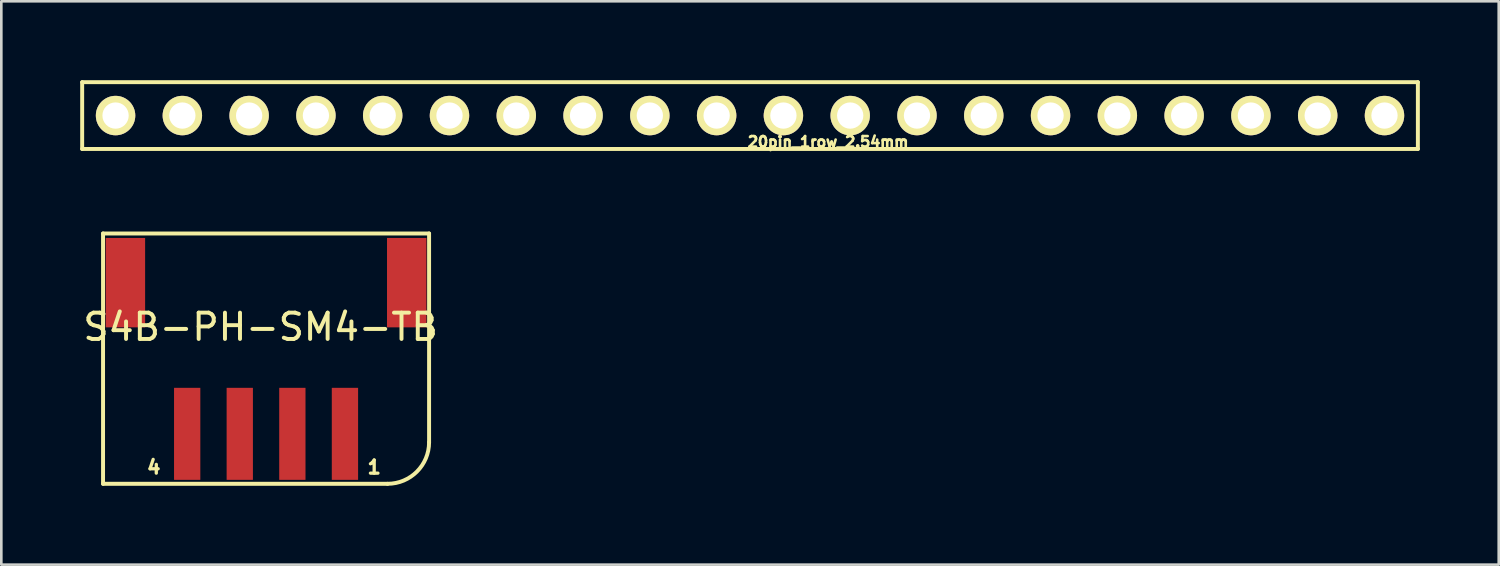
<source format=kicad_pcb>
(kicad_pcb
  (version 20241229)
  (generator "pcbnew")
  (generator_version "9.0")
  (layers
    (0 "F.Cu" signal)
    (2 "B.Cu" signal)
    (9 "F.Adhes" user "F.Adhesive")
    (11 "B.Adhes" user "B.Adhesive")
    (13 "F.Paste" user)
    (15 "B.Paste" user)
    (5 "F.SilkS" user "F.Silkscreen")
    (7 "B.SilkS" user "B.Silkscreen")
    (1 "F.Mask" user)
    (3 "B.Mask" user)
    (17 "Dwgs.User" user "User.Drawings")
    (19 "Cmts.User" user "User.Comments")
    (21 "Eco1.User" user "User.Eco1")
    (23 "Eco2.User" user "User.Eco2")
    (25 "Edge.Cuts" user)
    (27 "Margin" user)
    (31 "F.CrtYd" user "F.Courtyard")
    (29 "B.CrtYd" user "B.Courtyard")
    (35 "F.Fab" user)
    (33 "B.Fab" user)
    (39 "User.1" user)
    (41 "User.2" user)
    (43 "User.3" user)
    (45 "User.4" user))
  (footprint "20pin_1row_2.54mm"
    (layer "F.Cu")
    (at 25.475 1.345)
    (property "Reference" "20pin_1row_2.54mm" (at 2.97 1 0) (layer "F.SilkS") (effects (font (size 0.4 0.4) (thickness 0.1))))
    (attr through_hole)
    (fp_line (start -25.4 -1.27) (end 25.4 -1.27) (stroke (width 0.15) (type solid)) (layer "F.SilkS"))
    (fp_line (start -25.4 1.27) (end -25.4 -1.27) (stroke (width 0.15) (type solid)) (layer "F.SilkS"))
    (fp_line (start -25.4 1.27) (end 25.4 1.27) (stroke (width 0.15) (type solid)) (layer "F.SilkS"))
    (fp_line (start 25.4 1.27) (end 25.4 -1.27) (stroke (width 0.15) (type solid)) (layer "F.SilkS"))
    (pad "1" thru_hole circle (at -24.13 0) (size 1.5 1.5) (drill 1) (layers "*.Cu" "*.Mask" "F.SilkS"))
    (pad "2" thru_hole circle (at -21.59 0) (size 1.5 1.5) (drill 1) (layers "*.Cu" "*.Mask" "F.SilkS"))
    (pad "3" thru_hole circle (at -19.05 0) (size 1.5 1.5) (drill 1) (layers "*.Cu" "*.Mask" "F.SilkS"))
    (pad "4" thru_hole circle (at -16.51 0) (size 1.5 1.5) (drill 1) (layers "*.Cu" "*.Mask" "F.SilkS"))
    (pad "5" thru_hole circle (at -13.97 0) (size 1.5 1.5) (drill 1) (layers "*.Cu" "*.Mask" "F.SilkS"))
    (pad "6" thru_hole circle (at -11.43 0) (size 1.5 1.5) (drill 1) (layers "*.Cu" "*.Mask" "F.SilkS"))
    (pad "7" thru_hole circle (at -8.89 0) (size 1.5 1.5) (drill 1) (layers "*.Cu" "*.Mask" "F.SilkS"))
    (pad "8" thru_hole circle (at -6.35 0) (size 1.5 1.5) (drill 1) (layers "*.Cu" "*.Mask" "F.SilkS"))
    (pad "9" thru_hole circle (at -3.81 0) (size 1.5 1.5) (drill 1) (layers "*.Cu" "*.Mask" "F.SilkS"))
    (pad "10" thru_hole circle (at -1.27 0) (size 1.5 1.5) (drill 1) (layers "*.Cu" "*.Mask" "F.SilkS"))
    (pad "11" thru_hole circle (at 1.27 0) (size 1.5 1.5) (drill 1) (layers "*.Cu" "*.Mask" "F.SilkS"))
    (pad "12" thru_hole circle (at 3.81 0) (size 1.5 1.5) (drill 1) (layers "*.Cu" "*.Mask" "F.SilkS"))
    (pad "13" thru_hole circle (at 6.35 0) (size 1.5 1.5) (drill 1) (layers "*.Cu" "*.Mask" "F.SilkS"))
    (pad "14" thru_hole circle (at 8.89 0) (size 1.5 1.5) (drill 1) (layers "*.Cu" "*.Mask" "F.SilkS"))
    (pad "15" thru_hole circle (at 11.43 0) (size 1.5 1.5) (drill 1) (layers "*.Cu" "*.Mask" "F.SilkS"))
    (pad "16" thru_hole circle (at 13.97 0) (size 1.5 1.5) (drill 1) (layers "*.Cu" "*.Mask" "F.SilkS"))
    (pad "17" thru_hole circle (at 16.51 0) (size 1.5 1.5) (drill 1) (layers "*.Cu" "*.Mask" "F.SilkS"))
    (pad "18" thru_hole circle (at 19.05 0) (size 1.5 1.5) (drill 1) (layers "*.Cu" "*.Mask" "F.SilkS"))
    (pad "19" thru_hole circle (at 21.59 0) (size 1.5 1.5) (drill 1) (layers "*.Cu" "*.Mask" "F.SilkS"))
    (pad "20" thru_hole circle (at 24.13 0) (size 1.5 1.5) (drill 1) (layers "*.Cu" "*.Mask" "F.SilkS")))
  (footprint "S4B-PH-SM4-TB"
    (layer "F.Cu")
    (at 4.069 13.45)
    (property "Reference" "S4B-PH-SM4-TB" (at 2.794 -4.064 0) (layer "F.SilkS") (effects (font (size 1 1) (thickness 0.15))))
    (attr smd)
    (fp_line (start -3.2 -7.62) (end 9.2 -7.62) (stroke (width 0.15) (type solid)) (layer "F.SilkS"))
    (fp_line (start -3.2 1.9) (end -3.2 -7.62) (stroke (width 0.15) (type solid)) (layer "F.SilkS"))
    (fp_line (start 7.62 1.9) (end -3.2 1.9) (stroke (width 0.15) (type solid)) (layer "F.SilkS"))
    (fp_line (start 9.2 -7.62) (end 9.2 0.32) (stroke (width 0.15) (type solid)) (layer "F.SilkS"))
    (fp_arc (start 9.2 0.32) (mid 8.737229 1.437229) (end 7.62 1.9) (stroke (width 0.15) (type solid)) (layer "F.SilkS"))
    (fp_text user "1" (at 7.112 1.27 0) (layer "F.SilkS") (effects (font (size 0.5 0.5) (thickness 0.125))))
    (fp_text user "4" (at -1.27 1.27 0) (layer "F.SilkS") (effects (font (size 0.5 0.5) (thickness 0.125))))
    (pad "1" smd rect (at 6 0) (size 1 3.5) (layers "F.Cu" "F.Mask" "F.Paste"))
    (pad "2" smd rect (at 4 0) (size 1 3.5) (layers "F.Cu" "F.Mask" "F.Paste"))
    (pad "3" smd rect (at 2 0) (size 1 3.5) (layers "F.Cu" "F.Mask" "F.Paste"))
    (pad "4" smd rect (at 0 0) (size 1 3.5) (layers "F.Cu" "F.Mask" "F.Paste"))
    (pad "5" smd rect (at -2.35 -5.75) (size 1.5 3.4) (layers "F.Cu" "F.Mask" "F.Paste"))
    (pad "5" smd rect (at 8.35 -5.75) (size 1.5 3.4) (layers "F.Cu" "F.Mask" "F.Paste")))
  (gr_rect
    (start -3 -3)
    (end 53.95 18.424)
    (stroke (width 0.1) (type default))
    (fill no)
    (layer "Edge.Cuts")))
</source>
